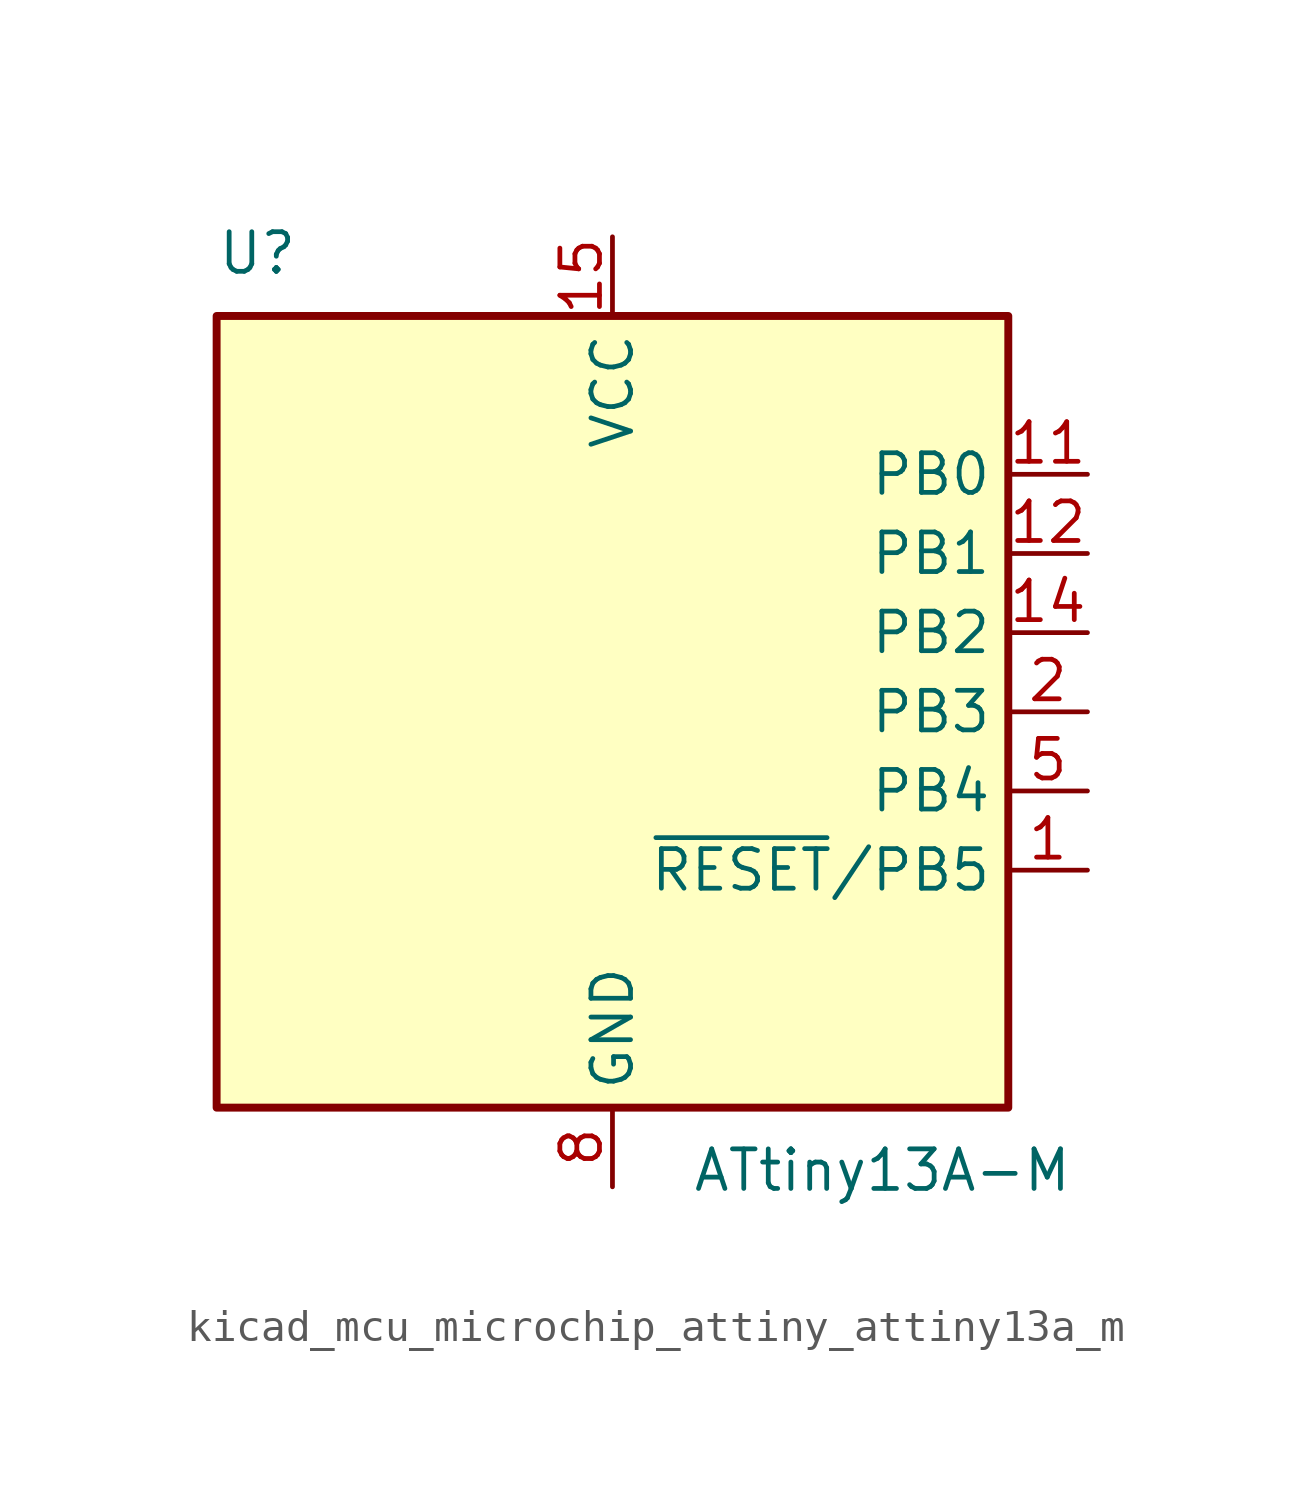
<source format=kicad_sym>
(kicad_symbol_lib
  (version 20220914)
  (generator kicad_symbol_editor)
  (symbol "kicad_mcu_microchip_attiny_attiny13a_m"
    (property "Reference" "U"
      (at -12.7 13.97 0)
      (effects (font (size 1.27 1.27)) (justify left bottom)))
    (property "Value" "ATtiny13A-M"
      (at 2.54 -13.97 0)
      (effects (font (size 1.27 1.27)) (justify left top)))
    (symbol "kicad_mcu_microchip_attiny_attiny13a_m_0_1"
      (rectangle (start -12.7 -12.7) (end 12.7 12.7) (stroke (width 0.254) (type default)) (fill (type background))))
    (symbol "kicad_mcu_microchip_attiny_attiny13a_m_1_1"
      (pin bidirectional line (at 15.24 -5.08 180) (length 2.54) (name "~{RESET}/PB5" (effects (font (size 1.27 1.27)))) (number "1" (effects (font (size 1.27 1.27)))))
      (pin no_connect line (at -12.7 -2.54 0) (length 2.54) hide (name "NC" (effects (font (size 1.27 1.27)))) (number "10" (effects (font (size 1.27 1.27)))))
      (pin bidirectional line (at 15.24 7.62 180) (length 2.54) (name "PB0" (effects (font (size 1.27 1.27)))) (number "11" (effects (font (size 1.27 1.27)))))
      (pin bidirectional line (at 15.24 5.08 180) (length 2.54) (name "PB1" (effects (font (size 1.27 1.27)))) (number "12" (effects (font (size 1.27 1.27)))))
      (pin no_connect line (at -12.7 -5.08 0) (length 2.54) hide (name "NC" (effects (font (size 1.27 1.27)))) (number "13" (effects (font (size 1.27 1.27)))))
      (pin bidirectional line (at 15.24 2.54 180) (length 2.54) (name "PB2" (effects (font (size 1.27 1.27)))) (number "14" (effects (font (size 1.27 1.27)))))
      (pin power_in line (at 0 15.24 270) (length 2.54) (name "VCC" (effects (font (size 1.27 1.27)))) (number "15" (effects (font (size 1.27 1.27)))))
      (pin no_connect line (at -12.7 -7.62 0) (length 2.54) hide (name "NC" (effects (font (size 1.27 1.27)))) (number "16" (effects (font (size 1.27 1.27)))))
      (pin no_connect line (at -12.7 -10.16 0) (length 2.54) hide (name "NC" (effects (font (size 1.27 1.27)))) (number "17" (effects (font (size 1.27 1.27)))))
      (pin no_connect line (at -7.62 -12.7 90) (length 2.54) hide (name "NC" (effects (font (size 1.27 1.27)))) (number "18" (effects (font (size 1.27 1.27)))))
      (pin no_connect line (at -5.08 -12.7 90) (length 2.54) hide (name "NC" (effects (font (size 1.27 1.27)))) (number "19" (effects (font (size 1.27 1.27)))))
      (pin bidirectional line (at 15.24 0 180) (length 2.54) (name "PB3" (effects (font (size 1.27 1.27)))) (number "2" (effects (font (size 1.27 1.27)))))
      (pin no_connect line (at -2.54 -12.7 90) (length 2.54) hide (name "NC" (effects (font (size 1.27 1.27)))) (number "20" (effects (font (size 1.27 1.27)))))
      (pin passive line (at 0 -15.24 90) (length 2.54) hide (name "GND" (effects (font (size 1.27 1.27)))) (number "21" (effects (font (size 1.27 1.27)))))
      (pin no_connect line (at -12.7 10.16 0) (length 2.54) hide (name "NC" (effects (font (size 1.27 1.27)))) (number "3" (effects (font (size 1.27 1.27)))))
      (pin no_connect line (at -12.7 7.62 0) (length 2.54) hide (name "NC" (effects (font (size 1.27 1.27)))) (number "4" (effects (font (size 1.27 1.27)))))
      (pin bidirectional line (at 15.24 -2.54 180) (length 2.54) (name "PB4" (effects (font (size 1.27 1.27)))) (number "5" (effects (font (size 1.27 1.27)))))
      (pin no_connect line (at -12.7 5.08 0) (length 2.54) hide (name "NC" (effects (font (size 1.27 1.27)))) (number "6" (effects (font (size 1.27 1.27)))))
      (pin no_connect line (at -12.7 2.54 0) (length 2.54) hide (name "NC" (effects (font (size 1.27 1.27)))) (number "7" (effects (font (size 1.27 1.27)))))
      (pin power_in line (at 0 -15.24 90) (length 2.54) (name "GND" (effects (font (size 1.27 1.27)))) (number "8" (effects (font (size 1.27 1.27)))))
      (pin no_connect line (at -12.7 0 0) (length 2.54) hide (name "NC" (effects (font (size 1.27 1.27)))) (number "9" (effects (font (size 1.27 1.27))))))))
</source>
